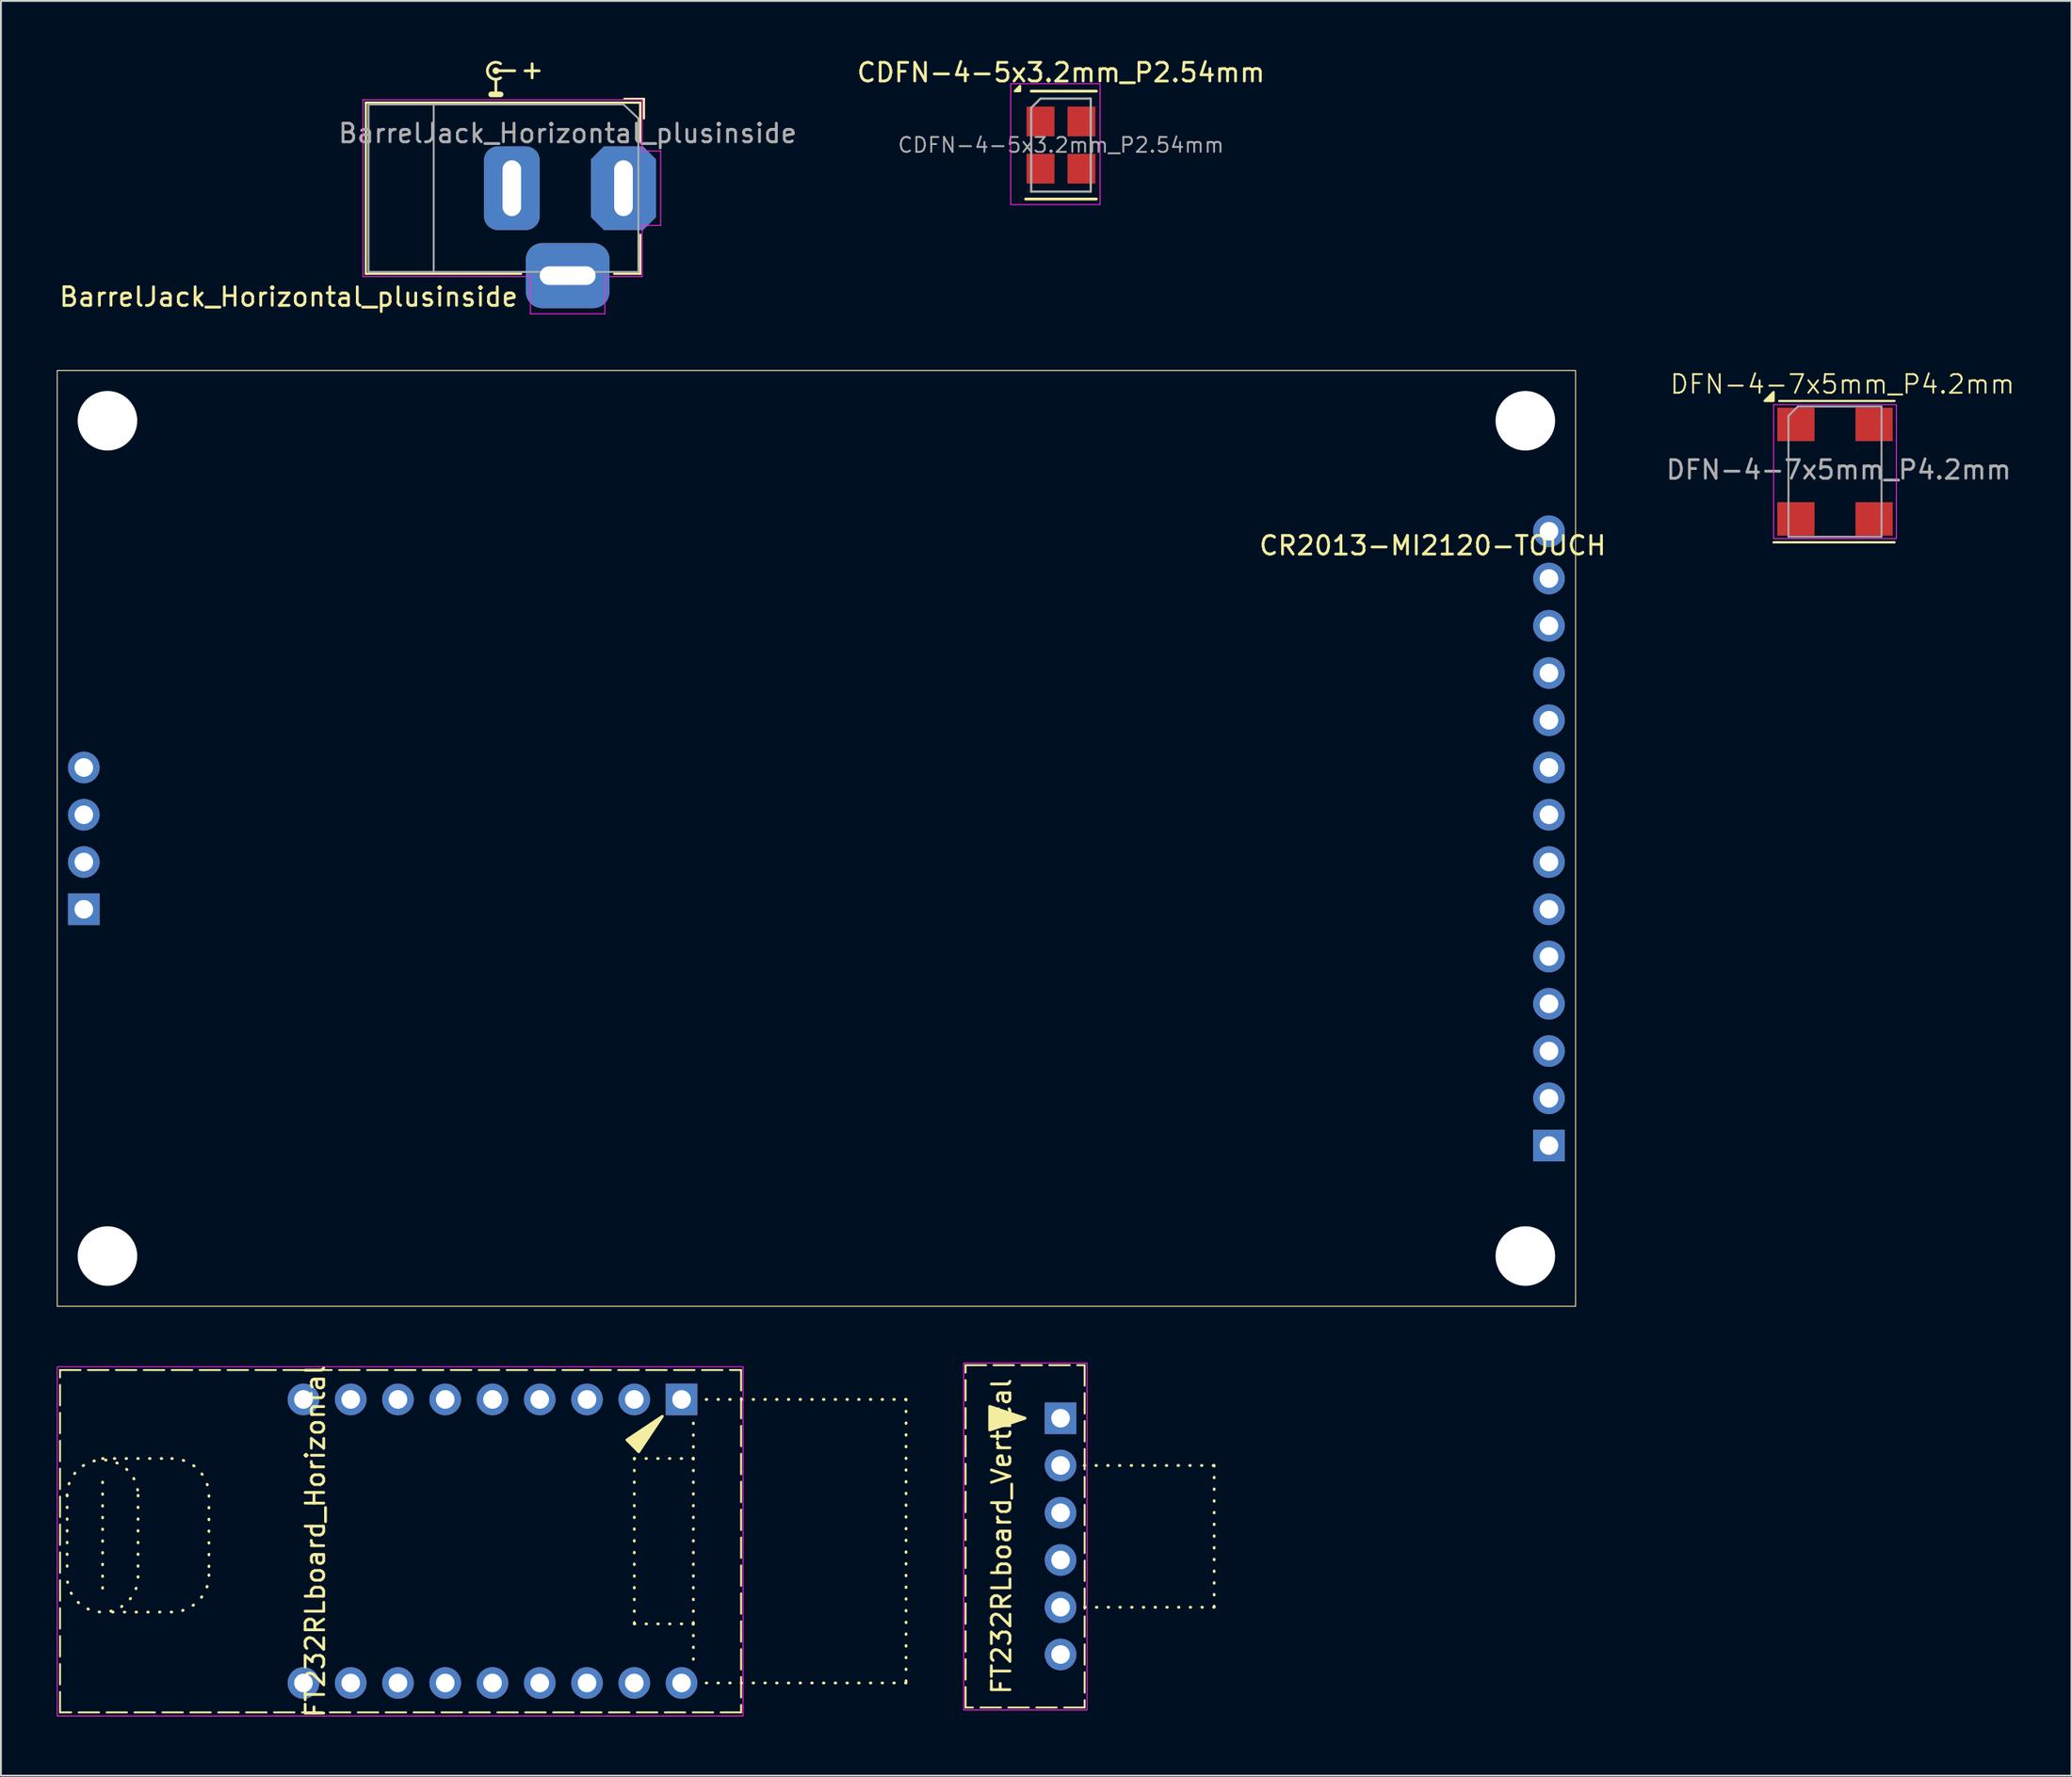
<source format=kicad_pcb>
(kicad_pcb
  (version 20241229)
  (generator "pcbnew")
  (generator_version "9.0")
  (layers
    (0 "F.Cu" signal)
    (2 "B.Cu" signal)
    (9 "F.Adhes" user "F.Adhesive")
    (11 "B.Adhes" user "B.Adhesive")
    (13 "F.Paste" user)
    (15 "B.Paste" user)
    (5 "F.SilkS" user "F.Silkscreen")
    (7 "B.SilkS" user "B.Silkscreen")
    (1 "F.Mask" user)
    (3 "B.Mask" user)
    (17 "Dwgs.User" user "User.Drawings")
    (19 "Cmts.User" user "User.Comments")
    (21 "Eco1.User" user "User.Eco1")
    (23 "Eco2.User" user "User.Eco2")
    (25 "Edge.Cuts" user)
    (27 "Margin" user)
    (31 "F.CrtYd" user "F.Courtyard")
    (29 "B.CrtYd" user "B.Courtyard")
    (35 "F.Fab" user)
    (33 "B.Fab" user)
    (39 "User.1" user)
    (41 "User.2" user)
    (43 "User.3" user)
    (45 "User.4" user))
  (footprint "DFN-4-7x5mm_P4.2mm"
    (layer "F.Cu")
    (at 95.566 22.302)
    (property "Reference" "DFN-4-7x5mm_P4.2mm" (at 0.4 -4.7 0) (unlocked yes) (layer "F.SilkS") (effects (font (size 1 1) (thickness 0.1))))
    (attr smd)
    (fp_line (start -3.3 3.8) (end 3.2 3.8) (stroke (width 0.12) (type default)) (layer "F.SilkS"))
    (fp_line (start -3 -3.8) (end 3.2 -3.8) (stroke (width 0.12) (type default)) (layer "F.SilkS"))
    (fp_poly (pts (xy -3.3 -3.8) (xy -3.78 -3.8) (xy -3.3 -4.28) (xy -3.3 -3.8)) (stroke (width 0.12) (type solid)) (fill yes) (layer "F.SilkS"))
    (fp_rect (start -3.3 -3.6) (end 3.3 3.6) (stroke (width 0.05) (type default)) (fill no) (layer "F.CrtYd"))
    (fp_line (start -2.5 -3) (end -2.5 3.5) (stroke (width 0.1) (type default)) (layer "F.Fab"))
    (fp_line (start -2.5 -3) (end -2 -3.5) (stroke (width 0.1) (type default)) (layer "F.Fab"))
    (fp_line (start 2.5 -3.5) (end -2 -3.5) (stroke (width 0.1) (type default)) (layer "F.Fab"))
    (fp_line (start 2.5 -3.5) (end 2.5 3.5) (stroke (width 0.1) (type default)) (layer "F.Fab"))
    (fp_line (start 2.5 3.5) (end -2.5 3.5) (stroke (width 0.1) (type default)) (layer "F.Fab"))
    (fp_text user "${REFERENCE}" (at 0.2 -0.1 0) (unlocked yes) (layer "F.Fab") (effects (font (size 1 1) (thickness 0.15))))
    (pad "1" smd rect (at -2.1 -2.54) (size 2 1.8) (layers "F.Cu" "F.Mask" "F.Paste"))
    (pad "2" smd rect (at -2.1 2.54) (size 2 1.8) (layers "F.Cu" "F.Mask" "F.Paste"))
    (pad "3" smd rect (at 2.1 2.54) (size 2 1.8) (layers "F.Cu" "F.Mask" "F.Paste"))
    (pad "4" smd rect (at 2.1 -2.54) (size 2 1.8) (layers "F.Cu" "F.Mask" "F.Paste"))
    (zone (net_name "") (layer "F.Cu") (name "Keepout") (hatch edge 0.5) (connect_pads) (min_thickness 0.25) (filled_areas_thickness no) (keepout (tracks not_allowed) (vias not_allowed) (pads not_allowed) (copperpour allowed) (footprints allowed)) (placement (enabled no)) (fill) (polygon (pts (xy 93.766 21.102) (xy 97.366 21.102) (xy 97.366 23.502) (xy 93.766 23.502)))))
  (footprint "BarrelJack_Horizontal_plusinside"
    (layer "F.Cu")
    (at 30.457 7.066)
    (property "Reference" "BarrelJack_Horizontal_plusinside" (at -5.588 5.842 180) (layer "F.SilkS") (effects (font (size 1 1) (thickness 0.15)) (justify right)))
    (attr through_hole)
    (fp_line (start -13.843 -4.6) (end 0.9 -4.6) (stroke (width 0.12) (type solid)) (layer "F.SilkS"))
    (fp_line (start -13.843 4.6) (end -13.843 -4.6) (stroke (width 0.12) (type solid)) (layer "F.SilkS"))
    (fp_line (start -7.112 -5.042) (end -6.604 -5.042) (stroke (width 0.3) (type default)) (layer "F.SilkS"))
    (fp_line (start -6.858 -6.312) (end -5.842 -6.312) (stroke (width 0.15) (type default)) (layer "F.SilkS"))
    (fp_line (start -6.858 -5.842) (end -6.858 -5.042) (stroke (width 0.15) (type default)) (layer "F.SilkS"))
    (fp_line (start -5.5 4.6) (end -13.843 4.6) (stroke (width 0.12) (type solid)) (layer "F.SilkS"))
    (fp_line (start 0.05 -4.8) (end 1.1 -4.8) (stroke (width 0.12) (type solid)) (layer "F.SilkS"))
    (fp_line (start 0.9 -4.6) (end 0.9 -2.5) (stroke (width 0.12) (type solid)) (layer "F.SilkS"))
    (fp_line (start 0.9 2.5) (end 0.9 4.6) (stroke (width 0.12) (type solid)) (layer "F.SilkS"))
    (fp_line (start 0.9 4.6) (end -0.5 4.6) (stroke (width 0.12) (type solid)) (layer "F.SilkS"))
    (fp_line (start 1.1 -3.75) (end 1.1 -4.8) (stroke (width 0.12) (type solid)) (layer "F.SilkS"))
    (fp_arc (start -6.604 -5.931) (mid -7.315907 -6.312) (end -6.604 -6.693) (stroke (width 0.15) (type default)) (layer "F.SilkS"))
    (fp_circle (center -6.858 -6.312) (end -6.985 -6.312) (stroke (width 0.1) (type solid)) (fill yes) (layer "F.SilkS"))
    (fp_line (start -14 4.75) (end -14 -4.75) (stroke (width 0.05) (type solid)) (layer "F.CrtYd"))
    (fp_line (start -5 4.75) (end -14 4.75) (stroke (width 0.05) (type solid)) (layer "F.CrtYd"))
    (fp_line (start -5 6.75) (end -5 4.75) (stroke (width 0.05) (type solid)) (layer "F.CrtYd"))
    (fp_line (start -1 4.75) (end -1 6.75) (stroke (width 0.05) (type solid)) (layer "F.CrtYd"))
    (fp_line (start -1 6.75) (end -5 6.75) (stroke (width 0.05) (type solid)) (layer "F.CrtYd"))
    (fp_line (start 1 -4.75) (end -14 -4.75) (stroke (width 0.05) (type solid)) (layer "F.CrtYd"))
    (fp_line (start 1 -4.5) (end 1 -4.75) (stroke (width 0.05) (type solid)) (layer "F.CrtYd"))
    (fp_line (start 1 -4.5) (end 1 -2) (stroke (width 0.05) (type solid)) (layer "F.CrtYd"))
    (fp_line (start 1 -2) (end 2 -2) (stroke (width 0.05) (type solid)) (layer "F.CrtYd"))
    (fp_line (start 1 2) (end 1 4.75) (stroke (width 0.05) (type solid)) (layer "F.CrtYd"))
    (fp_line (start 1 4.75) (end -1 4.75) (stroke (width 0.05) (type solid)) (layer "F.CrtYd"))
    (fp_line (start 2 -2) (end 2 2) (stroke (width 0.05) (type solid)) (layer "F.CrtYd"))
    (fp_line (start 2 2) (end 1 2) (stroke (width 0.05) (type solid)) (layer "F.CrtYd"))
    (fp_line (start -13.7 -4.5) (end -13.7 4.5) (stroke (width 0.1) (type solid)) (layer "F.Fab"))
    (fp_line (start -13.7 4.5) (end 0.8 4.5) (stroke (width 0.1) (type solid)) (layer "F.Fab"))
    (fp_line (start -10.2 -4.5) (end -10.2 4.5) (stroke (width 0.1) (type solid)) (layer "F.Fab"))
    (fp_line (start -0.003 -4.505) (end 0.8 -3.75) (stroke (width 0.1) (type solid)) (layer "F.Fab"))
    (fp_line (start 0 -4.5) (end -13.7 -4.5) (stroke (width 0.1) (type solid)) (layer "F.Fab"))
    (fp_line (start 0.8 4.5) (end 0.8 -3.75) (stroke (width 0.1) (type solid)) (layer "F.Fab"))
    (fp_text user "+" (at -4.191 -6.82 180) (unlocked yes) (layer "F.SilkS") (effects (font (size 1 1) (thickness 0.15)) (justify left bottom)))
    (fp_text user "${REFERENCE}" (at -3 -2.95 0) (layer "F.Fab") (effects (font (size 1 1) (thickness 0.15))))
    (pad "1" thru_hole roundrect (at 0 0) (size 3.5 4.5) (drill oval 1 3) (layers "*.Cu" "*.Mask") (roundrect_rratio 0) (chamfer_ratio 0.2) (chamfer top_left top_right bottom_left bottom_right))
    (pad "2" thru_hole roundrect (at -6 0) (size 3 4.5) (drill oval 1 3) (layers "*.Cu" "*.Mask") (roundrect_rratio 0.25))
    (pad "3" thru_hole roundrect (at -3 4.7) (size 4.5 3.5) (drill oval 3 1) (layers "*.Cu" "*.Mask") (roundrect_rratio 0.25)))
  (footprint "CR2013-MI2120-TOUCH"
    (layer "F.Cu")
    (at 80.195 58.526)
    (property "Reference" "CR2013-MI2120-TOUCH" (at -6.25 -32.25 0) (layer "F.SilkS") (effects (font (size 1 1) (thickness 0.15))))
    (attr through_hole)
    (fp_rect (start -80.17 -41.66) (end 1.43 8.64) (stroke (width 0.05) (type solid)) (fill no) (layer "F.SilkS"))
    (pad "" np_thru_hole circle (at -77.47 -38.96) (size 3.2 3.2) (drill 3.2) (layers "*.Cu" "*.Mask"))
    (pad "" np_thru_hole circle (at -77.47 5.94) (size 3.2 3.2) (drill 3.2) (layers "*.Cu" "*.Mask"))
    (pad "" np_thru_hole circle (at -1.27 -38.96) (size 3.2 3.2) (drill 3.2) (layers "*.Cu" "*.Mask"))
    (pad "" np_thru_hole circle (at -1.27 5.94) (size 3.2 3.2) (drill 3.2) (layers "*.Cu" "*.Mask"))
    (pad "1" thru_hole rect (at 0 0) (size 1.7 1.7) (drill 1) (layers "*.Cu" "*.Mask"))
    (pad "2" thru_hole circle (at 0 -2.54) (size 1.7 1.7) (drill 1) (layers "*.Cu" "*.Mask"))
    (pad "3" thru_hole circle (at 0 -5.08) (size 1.7 1.7) (drill 1) (layers "*.Cu" "*.Mask"))
    (pad "4" thru_hole circle (at 0 -7.62) (size 1.7 1.7) (drill 1) (layers "*.Cu" "*.Mask"))
    (pad "5" thru_hole circle (at 0 -10.16) (size 1.7 1.7) (drill 1) (layers "*.Cu" "*.Mask"))
    (pad "6" thru_hole circle (at 0 -12.7) (size 1.7 1.7) (drill 1) (layers "*.Cu" "*.Mask"))
    (pad "7" thru_hole circle (at 0 -15.24) (size 1.7 1.7) (drill 1) (layers "*.Cu" "*.Mask"))
    (pad "8" thru_hole circle (at 0 -17.78) (size 1.7 1.7) (drill 1) (layers "*.Cu" "*.Mask"))
    (pad "9" thru_hole circle (at 0 -20.32) (size 1.7 1.7) (drill 1) (layers "*.Cu" "*.Mask"))
    (pad "10" thru_hole circle (at 0 -22.86) (size 1.7 1.7) (drill 1) (layers "*.Cu" "*.Mask"))
    (pad "11" thru_hole circle (at 0 -25.4) (size 1.7 1.7) (drill 1) (layers "*.Cu" "*.Mask"))
    (pad "12" thru_hole circle (at 0 -27.94) (size 1.7 1.7) (drill 1) (layers "*.Cu" "*.Mask"))
    (pad "13" thru_hole circle (at 0 -30.48) (size 1.7 1.7) (drill 1) (layers "*.Cu" "*.Mask"))
    (pad "14" thru_hole circle (at 0 -33.02) (size 1.7 1.7) (drill 1) (layers "*.Cu" "*.Mask"))
    (pad "15" thru_hole circle (at -78.74 -20.32) (size 1.7 1.7) (drill 1) (layers "*.Cu" "*.Mask"))
    (pad "16" thru_hole circle (at -78.74 -17.78) (size 1.7 1.7) (drill 1) (layers "*.Cu" "*.Mask"))
    (pad "17" thru_hole circle (at -78.74 -15.24) (size 1.7 1.7) (drill 1) (layers "*.Cu" "*.Mask"))
    (pad "18" thru_hole rect (at -78.74 -12.7) (size 1.7 1.7) (drill 1) (layers "*.Cu" "*.Mask")))
  (footprint "CDFN-4-5x3.2mm_P2.54mm"
    (layer "F.Cu")
    (at 53.969 4.748)
    (property "Reference" "CDFN-4-5x3.2mm_P2.54mm" (at 0 -3.9 0) (unlocked yes) (layer "F.SilkS") (effects (font (size 1 1) (thickness 0.15))))
    (attr smd)
    (fp_line (start -1.6 -2.9) (end 1.9 -2.9) (stroke (width 0.15) (type default)) (layer "F.SilkS"))
    (fp_line (start 1.9 2.9) (end -1.9 2.9) (stroke (width 0.15) (type default)) (layer "F.SilkS"))
    (fp_poly (pts (xy -2.2 -2.9) (xy -2.48 -2.9) (xy -2.2 -3.18) (xy -2.2 -2.9)) (stroke (width 0.12) (type solid)) (fill yes) (layer "F.SilkS"))
    (fp_rect (start -2.7 -3.3) (end 2.1 3.2) (stroke (width 0.05) (type default)) (fill no) (layer "F.CrtYd"))
    (fp_line (start -1.6 -2) (end -1.6 2.5) (stroke (width 0.12) (type default)) (layer "F.Fab"))
    (fp_line (start -1.1 -2.5) (end -1.6 -2) (stroke (width 0.12) (type default)) (layer "F.Fab"))
    (fp_line (start 1.6 -2.5) (end -1.1 -2.5) (stroke (width 0.12) (type default)) (layer "F.Fab"))
    (fp_line (start 1.6 -2.5) (end 1.6 2.5) (stroke (width 0.12) (type default)) (layer "F.Fab"))
    (fp_line (start 1.6 2.5) (end -1.6 2.5) (stroke (width 0.12) (type default)) (layer "F.Fab"))
    (fp_text user "${REFERENCE}" (at 0 0 0) (unlocked yes) (layer "F.Fab") (effects (font (size 0.8 0.8) (thickness 0.1))))
    (pad "1" smd rect (at -1.1 -1.27) (size 1.5 1.6) (layers "F.Cu" "F.Mask" "F.Paste"))
    (pad "2" smd rect (at -1.1 1.27) (size 1.5 1.6) (layers "F.Cu" "F.Mask" "F.Paste"))
    (pad "3" smd rect (at 1.1 1.27) (size 1.5 1.6) (layers "F.Cu" "F.Mask" "F.Paste"))
    (pad "4" smd rect (at 1.1 -1.27) (size 1.5 1.6) (layers "F.Cu" "F.Mask" "F.Paste")))
  (footprint "FT232RLboard_Horizontal"
    (layer "F.Cu")
    (at 35.483 73.443)
    (property "Reference" "FT232RLboard_Horizontal" (at -21.59 6.35 90) (unlocked yes) (layer "F.SilkS") (effects (font (size 1 1) (thickness 0.15))))
    (attr through_hole)
    (fp_line (start -34.925 3.887) (end -34.925 8.255) (stroke (width 0.15) (type dot)) (layer "F.SilkS"))
    (fp_line (start -33.02 1.905) (end -29.305 1.905) (stroke (width 0.15) (type dot)) (layer "F.SilkS"))
    (fp_line (start -33.02 3.175) (end -33.02 8.89) (stroke (width 0.15) (type dot)) (layer "F.SilkS"))
    (fp_line (start -31.113 3.887) (end -31.115 8.255) (stroke (width 0.15) (type dot)) (layer "F.SilkS"))
    (fp_line (start -29.305 10.16) (end -33.02 10.16) (stroke (width 0.15) (type dot)) (layer "F.SilkS"))
    (fp_line (start -27.305 3.905) (end -27.305 8.16) (stroke (width 0.15) (type dot)) (layer "F.SilkS"))
    (fp_line (start -4.445 1.905) (end -4.445 10.795) (stroke (width 0.15) (type dot)) (layer "F.SilkS"))
    (fp_line (start -4.445 10.795) (end -1.27 10.795) (stroke (width 0.15) (type dot)) (layer "F.SilkS"))
    (fp_line (start -1.27 0) (end -1.27 1.905) (stroke (width 0.15) (type dot)) (layer "F.SilkS"))
    (fp_line (start -1.27 1.905) (end -4.445 1.905) (stroke (width 0.15) (type dot)) (layer "F.SilkS"))
    (fp_line (start -1.27 1.905) (end -1.27 10.795) (stroke (width 0.15) (type dot)) (layer "F.SilkS"))
    (fp_line (start -1.27 12.7) (end -1.27 10.795) (stroke (width 0.15) (type dot)) (layer "F.SilkS"))
    (fp_line (start 10.16 -1.27) (end -0.635 -1.27) (stroke (width 0.15) (type dot)) (layer "F.SilkS"))
    (fp_line (start 10.16 -1.27) (end 10.16 13.97) (stroke (width 0.15) (type dot)) (layer "F.SilkS"))
    (fp_line (start 10.16 13.97) (end -0.635 13.97) (stroke (width 0.15) (type dot)) (layer "F.SilkS"))
    (fp_rect (start -35.306 -2.85) (end 1.294 15.55) (stroke (width 0.1) (type dash)) (fill no) (layer "F.SilkS"))
    (fp_arc (start -34.926557 3.887038) (mid -33.02 1.980481) (end -31.113443 3.887038) (stroke (width 0.15) (type dot)) (layer "F.SilkS"))
    (fp_arc (start -31.115 8.255) (mid -33.02 10.16) (end -34.925 8.255) (stroke (width 0.15) (type dot)) (layer "F.SilkS"))
    (fp_arc (start -29.305 1.905) (mid -27.890786 2.490786) (end -27.305 3.905) (stroke (width 0.15) (type dot)) (layer "F.SilkS"))
    (fp_arc (start -27.305 8.16) (mid -27.890786 9.574214) (end -29.305 10.16) (stroke (width 0.15) (type dot)) (layer "F.SilkS"))
    (fp_poly (pts (xy -2.936 -0.364) (xy -4.841 0.906) (xy -4.206 1.541)) (stroke (width 0.15) (type solid)) (fill yes) (layer "F.SilkS"))
    (fp_rect (start -35.458 -3.026) (end 1.399 15.744) (stroke (width 0.05) (type default)) (fill no) (layer "F.CrtYd"))
    (pad "1" thru_hole rect (at -1.905 -1.27 90) (size 1.7 1.7) (drill 1) (layers "*.Cu" "*.Mask"))
    (pad "2" thru_hole circle (at -4.445 -1.27 90) (size 1.7 1.7) (drill 1) (layers "*.Cu" "*.Mask"))
    (pad "3" thru_hole circle (at -6.985 -1.27 90) (size 1.7 1.7) (drill 1) (layers "*.Cu" "*.Mask"))
    (pad "4" thru_hole circle (at -9.525 -1.27 90) (size 1.7 1.7) (drill 1) (layers "*.Cu" "*.Mask"))
    (pad "5" thru_hole circle (at -12.065 -1.27 90) (size 1.7 1.7) (drill 1) (layers "*.Cu" "*.Mask"))
    (pad "6" thru_hole circle (at -14.605 -1.27 90) (size 1.7 1.7) (drill 1) (layers "*.Cu" "*.Mask"))
    (pad "7" thru_hole circle (at -17.145 -1.27 90) (size 1.7 1.7) (drill 1) (layers "*.Cu" "*.Mask"))
    (pad "8" thru_hole circle (at -19.685 -1.27 90) (size 1.7 1.7) (drill 1) (layers "*.Cu" "*.Mask"))
    (pad "9" thru_hole circle (at -22.225 -1.27 90) (size 1.7 1.7) (drill 1) (layers "*.Cu" "*.Mask"))
    (pad "10" thru_hole circle (at -22.225 13.97 90) (size 1.7 1.7) (drill 1) (layers "*.Cu" "*.Mask"))
    (pad "11" thru_hole circle (at -19.685 13.97 90) (size 1.7 1.7) (drill 1) (layers "*.Cu" "*.Mask"))
    (pad "12" thru_hole circle (at -17.145 13.97 90) (size 1.7 1.7) (drill 1) (layers "*.Cu" "*.Mask"))
    (pad "13" thru_hole circle (at -14.605 13.97 90) (size 1.7 1.7) (drill 1) (layers "*.Cu" "*.Mask"))
    (pad "14" thru_hole circle (at -12.065 13.97 90) (size 1.7 1.7) (drill 1) (layers "*.Cu" "*.Mask"))
    (pad "15" thru_hole circle (at -9.525 13.97 90) (size 1.7 1.7) (drill 1) (layers "*.Cu" "*.Mask"))
    (pad "16" thru_hole circle (at -6.985 13.97 90) (size 1.7 1.7) (drill 1) (layers "*.Cu" "*.Mask"))
    (pad "17" thru_hole circle (at -4.445 13.97 90) (size 1.7 1.7) (drill 1) (layers "*.Cu" "*.Mask"))
    (pad "18" thru_hole circle (at -1.905 13.97 90) (size 1.7 1.7) (drill 1) (layers "*.Cu" "*.Mask")))
  (footprint "FT232RLboard_Vertical"
    (layer "F.Cu")
    (at 53.947 73.183)
    (property "Reference" "FT232RLboard_Vertical" (at -3.175 6.35 90) (unlocked yes) (layer "F.SilkS") (effects (font (size 1 1) (thickness 0.15))))
    (attr through_hole)
    (fp_line (start 1.27 2.54) (end 8.255 2.54) (stroke (width 0.15) (type dot)) (layer "F.SilkS"))
    (fp_line (start 8.255 2.54) (end 8.255 10.16) (stroke (width 0.15) (type dot)) (layer "F.SilkS"))
    (fp_line (start 8.255 10.16) (end 1.27 10.16) (stroke (width 0.15) (type dot)) (layer "F.SilkS"))
    (fp_rect (start -5.104 -2.85) (end 1.294 15.55) (stroke (width 0.1) (type dash)) (fill no) (layer "F.SilkS"))
    (fp_poly (pts (xy -3.81 0.635) (xy -1.905 0) (xy -3.81 -0.635)) (stroke (width 0.15) (type solid)) (fill yes) (layer "F.SilkS"))
    (fp_rect (start -5.203 -2.967) (end 1.422 15.683) (stroke (width 0.05) (type default)) (fill no) (layer "F.CrtYd"))
    (pad "1" thru_hole rect (at 0 0 180) (size 1.7 1.7) (drill 1) (layers "*.Cu" "*.Mask"))
    (pad "2" thru_hole circle (at 0 2.54 180) (size 1.7 1.7) (drill 1) (layers "*.Cu" "*.Mask"))
    (pad "3" thru_hole circle (at 0 5.08 180) (size 1.7 1.7) (drill 1) (layers "*.Cu" "*.Mask"))
    (pad "4" thru_hole circle (at 0 7.62 180) (size 1.7 1.7) (drill 1) (layers "*.Cu" "*.Mask"))
    (pad "5" thru_hole circle (at 0 10.16 180) (size 1.7 1.7) (drill 1) (layers "*.Cu" "*.Mask"))
    (pad "6" thru_hole circle (at 0 12.7 180) (size 1.7 1.7) (drill 1) (layers "*.Cu" "*.Mask")))
  (gr_rect
    (start -3 -3)
    (end 108.278 92.394)
    (stroke (width 0.1) (type default))
    (fill no)
    (layer "Edge.Cuts")))
</source>
